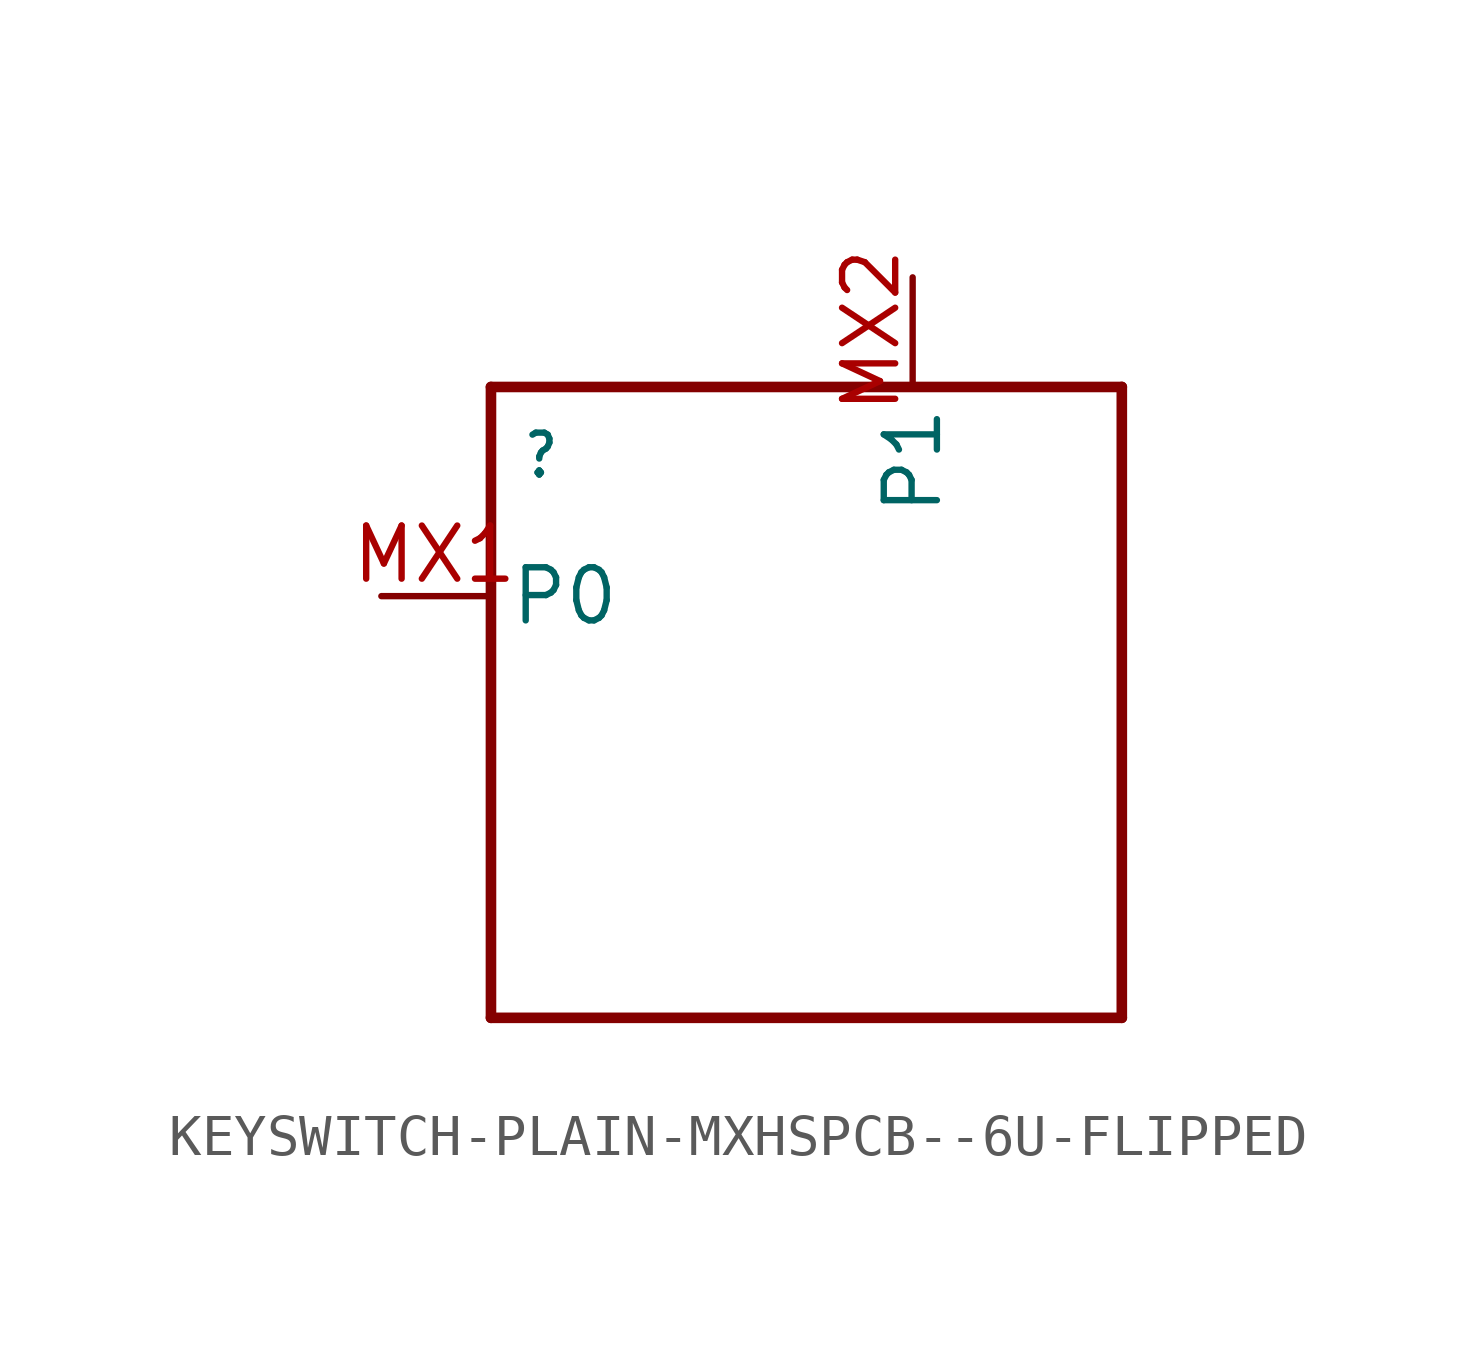
<source format=kicad_sym>
(kicad_symbol_lib
  (version 20211014)
  (generator kicad_symbol_editor)
  (symbol "KEYSWITCH-PLAIN-MXHSPCB--6U-FLIPPED"
    (property "Reference" ""
      (at -6.81 5.318 0)
      (effects (font (size 1 0.85)) (justify left bottom)))
    (property "ki_locked" ""
      (at 0 0 0)
      (effects (font (size 1.27 1.27))))
    (symbol "KEYSWITCH-PLAIN-MXHSPCB--6U-FLIPPED_1_0"
      (polyline (pts (xy -7.54 -7.54) (xy -7.54 7.54)) (stroke (width 0.254) (type default) (color 0 0 0 0)) (fill (type none)))
      (polyline (pts (xy -7.54 7.54) (xy 7.54 7.54)) (stroke (width 0.254) (type default) (color 0 0 0 0)) (fill (type none)))
      (polyline (pts (xy 7.54 -7.54) (xy -7.54 -7.54)) (stroke (width 0.254) (type default) (color 0 0 0 0)) (fill (type none)))
      (polyline (pts (xy 7.54 7.54) (xy 7.54 -7.54)) (stroke (width 0.254) (type default) (color 0 0 0 0)) (fill (type none)))
      (pin bidirectional line (at -10.16 2.54 0) (length 2.54) (name "P0" (effects (font (size 1.27 1.27)))) (number "MX1" (effects (font (size 1.27 1.27)))))
      (pin bidirectional line (at 2.54 10.16 270) (length 2.54) (name "P1" (effects (font (size 1.27 1.27)))) (number "MX2" (effects (font (size 1.27 1.27))))))))
</source>
